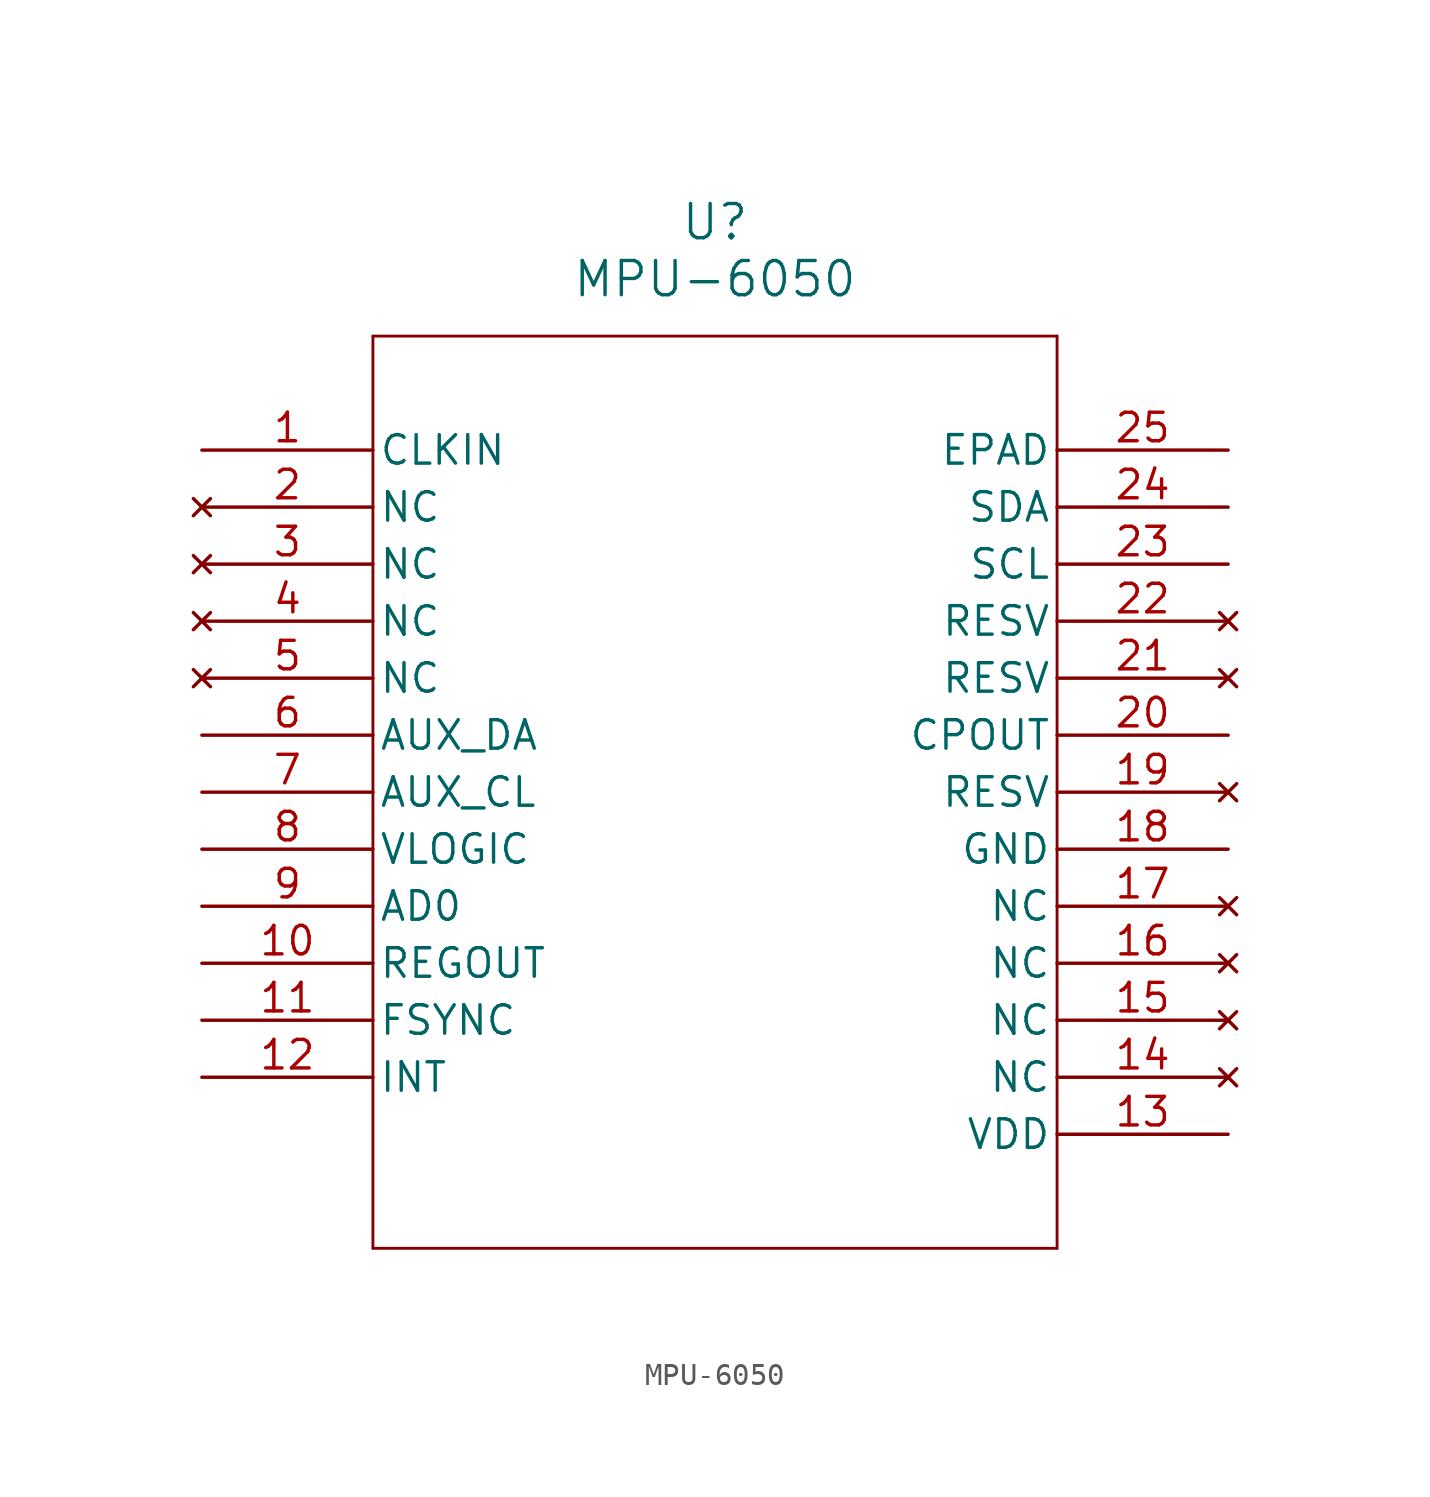
<source format=kicad_sym>
(kicad_symbol_lib
  (version 20211014)
  (generator kicad_symbol_editor)
  (symbol "MPU-6050"
    (pin_names
      (offset 0.254))
    (property "Reference" "U"
      (at 22.86 10.16 0)
      (effects (font (size 1.524 1.524))))
    (property "Value" "MPU-6050"
      (at 22.86 7.62 0)
      (effects (font (size 1.524 1.524))))
    (symbol "MPU-6050_0_1"
      (polyline (pts (xy 7.62 5.08) (xy 7.62 -35.56)) (stroke (width 0.127) (type default) (color 0 0 0 0)) (fill (type none)))
      (polyline (pts (xy 7.62 -35.56) (xy 38.1 -35.56)) (stroke (width 0.127) (type default) (color 0 0 0 0)) (fill (type none)))
      (polyline (pts (xy 38.1 -35.56) (xy 38.1 5.08)) (stroke (width 0.127) (type default) (color 0 0 0 0)) (fill (type none)))
      (polyline (pts (xy 38.1 5.08) (xy 7.62 5.08)) (stroke (width 0.127) (type default) (color 0 0 0 0)) (fill (type none)))
      (pin input line (at 0 0 0) (length 7.62) (name "CLKIN" (effects (font (size 1.27 1.27)))) (number "1" (effects (font (size 1.27 1.27)))))
      (pin no_connect line (at 0 -2.54 0) (length 7.62) (name "NC" (effects (font (size 1.27 1.27)))) (number "2" (effects (font (size 1.27 1.27)))))
      (pin no_connect line (at 0 -5.08 0) (length 7.62) (name "NC" (effects (font (size 1.27 1.27)))) (number "3" (effects (font (size 1.27 1.27)))))
      (pin no_connect line (at 0 -7.62 0) (length 7.62) (name "NC" (effects (font (size 1.27 1.27)))) (number "4" (effects (font (size 1.27 1.27)))))
      (pin no_connect line (at 0 -10.16 0) (length 7.62) (name "NC" (effects (font (size 1.27 1.27)))) (number "5" (effects (font (size 1.27 1.27)))))
      (pin unspecified line (at 0 -12.7 0) (length 7.62) (name "AUX_DA" (effects (font (size 1.27 1.27)))) (number "6" (effects (font (size 1.27 1.27)))))
      (pin unspecified line (at 0 -15.24 0) (length 7.62) (name "AUX_CL" (effects (font (size 1.27 1.27)))) (number "7" (effects (font (size 1.27 1.27)))))
      (pin power_in line (at 0 -17.78 0) (length 7.62) (name "VLOGIC" (effects (font (size 1.27 1.27)))) (number "8" (effects (font (size 1.27 1.27)))))
      (pin bidirectional line (at 0 -20.32 0) (length 7.62) (name "AD0" (effects (font (size 1.27 1.27)))) (number "9" (effects (font (size 1.27 1.27)))))
      (pin output line (at 0 -22.86 0) (length 7.62) (name "REGOUT" (effects (font (size 1.27 1.27)))) (number "10" (effects (font (size 1.27 1.27)))))
      (pin unspecified line (at 0 -25.4 0) (length 7.62) (name "FSYNC" (effects (font (size 1.27 1.27)))) (number "11" (effects (font (size 1.27 1.27)))))
      (pin output line (at 0 -27.94 0) (length 7.62) (name "INT" (effects (font (size 1.27 1.27)))) (number "12" (effects (font (size 1.27 1.27)))))
      (pin power_in line (at 45.72 -30.48 180) (length 7.62) (name "VDD" (effects (font (size 1.27 1.27)))) (number "13" (effects (font (size 1.27 1.27)))))
      (pin no_connect line (at 45.72 -27.94 180) (length 7.62) (name "NC" (effects (font (size 1.27 1.27)))) (number "14" (effects (font (size 1.27 1.27)))))
      (pin no_connect line (at 45.72 -25.4 180) (length 7.62) (name "NC" (effects (font (size 1.27 1.27)))) (number "15" (effects (font (size 1.27 1.27)))))
      (pin no_connect line (at 45.72 -22.86 180) (length 7.62) (name "NC" (effects (font (size 1.27 1.27)))) (number "16" (effects (font (size 1.27 1.27)))))
      (pin no_connect line (at 45.72 -20.32 180) (length 7.62) (name "NC" (effects (font (size 1.27 1.27)))) (number "17" (effects (font (size 1.27 1.27)))))
      (pin power_out line (at 45.72 -17.78 180) (length 7.62) (name "GND" (effects (font (size 1.27 1.27)))) (number "18" (effects (font (size 1.27 1.27)))))
      (pin no_connect line (at 45.72 -15.24 180) (length 7.62) (name "RESV" (effects (font (size 1.27 1.27)))) (number "19" (effects (font (size 1.27 1.27)))))
      (pin output line (at 45.72 -12.7 180) (length 7.62) (name "CPOUT" (effects (font (size 1.27 1.27)))) (number "20" (effects (font (size 1.27 1.27)))))
      (pin no_connect line (at 45.72 -10.16 180) (length 7.62) (name "RESV" (effects (font (size 1.27 1.27)))) (number "21" (effects (font (size 1.27 1.27)))))
      (pin no_connect line (at 45.72 -7.62 180) (length 7.62) (name "RESV" (effects (font (size 1.27 1.27)))) (number "22" (effects (font (size 1.27 1.27)))))
      (pin unspecified line (at 45.72 -5.08 180) (length 7.62) (name "SCL" (effects (font (size 1.27 1.27)))) (number "23" (effects (font (size 1.27 1.27)))))
      (pin unspecified line (at 45.72 -2.54 180) (length 7.62) (name "SDA" (effects (font (size 1.27 1.27)))) (number "24" (effects (font (size 1.27 1.27)))))
      (pin unspecified line (at 45.72 0 180) (length 7.62) (name "EPAD" (effects (font (size 1.27 1.27)))) (number "25" (effects (font (size 1.27 1.27))))))))
</source>
